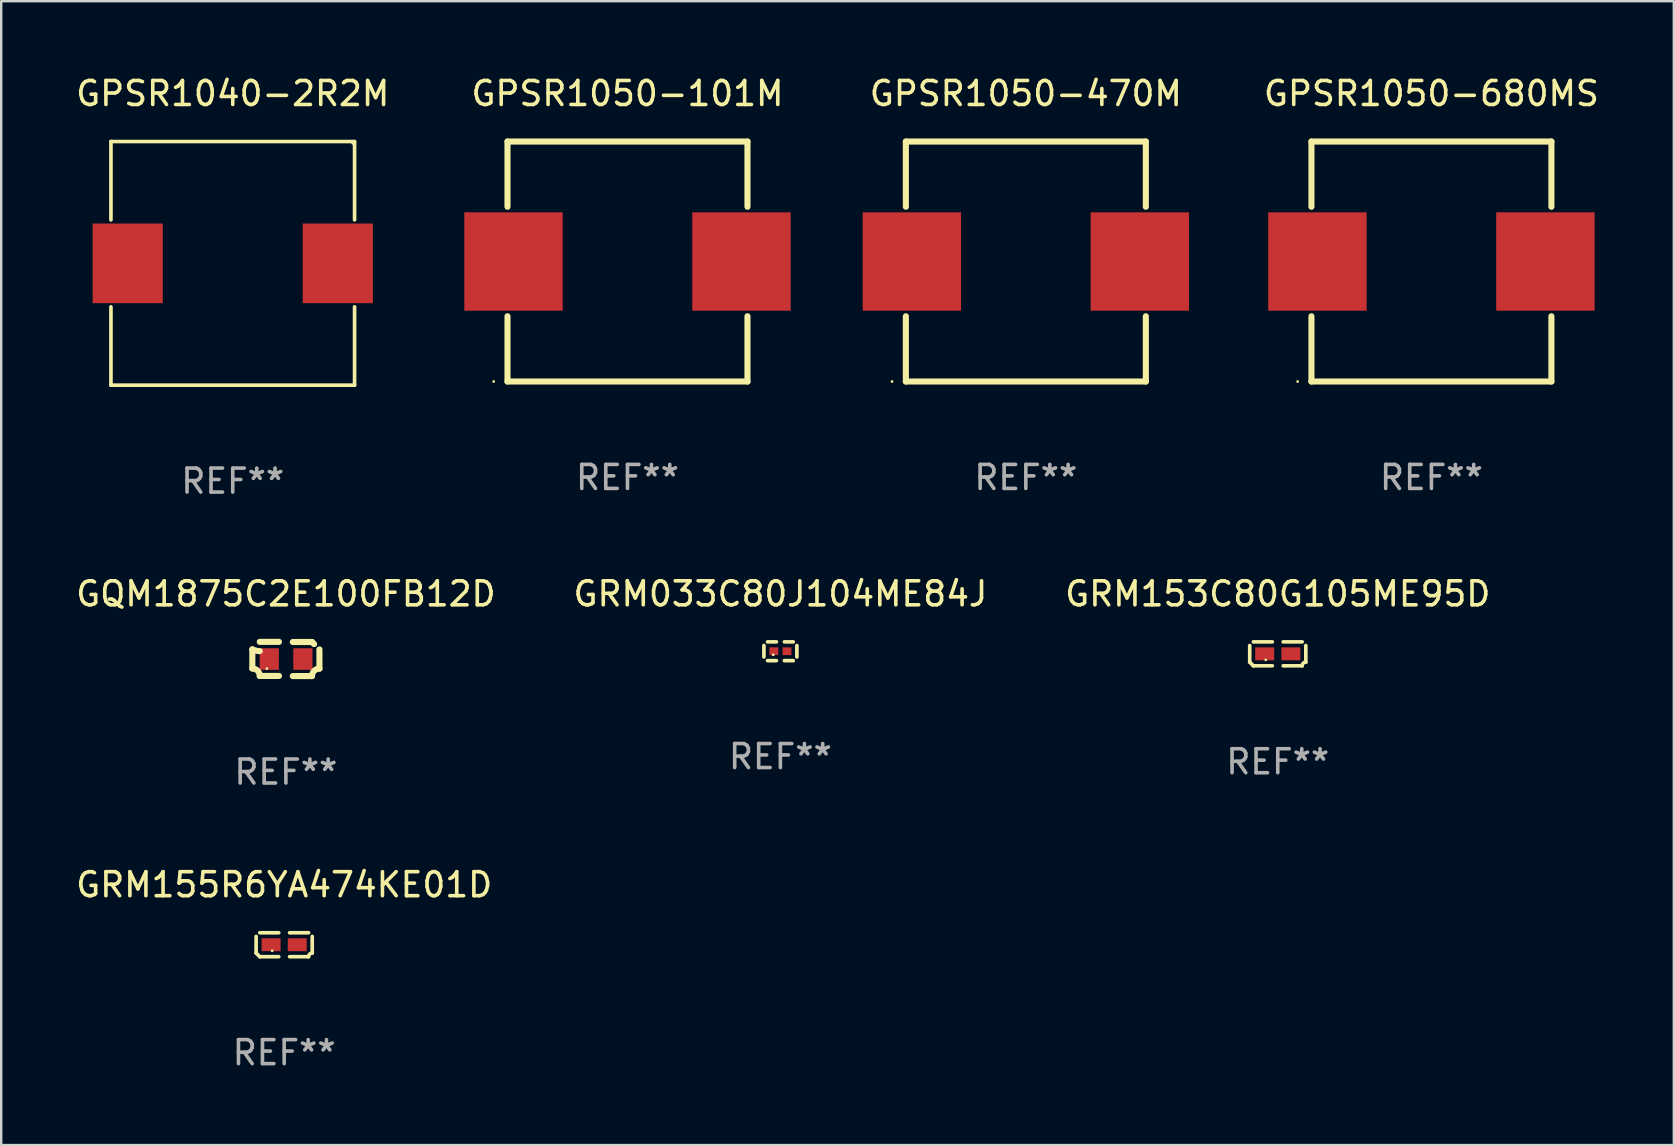
<source format=kicad_pcb>
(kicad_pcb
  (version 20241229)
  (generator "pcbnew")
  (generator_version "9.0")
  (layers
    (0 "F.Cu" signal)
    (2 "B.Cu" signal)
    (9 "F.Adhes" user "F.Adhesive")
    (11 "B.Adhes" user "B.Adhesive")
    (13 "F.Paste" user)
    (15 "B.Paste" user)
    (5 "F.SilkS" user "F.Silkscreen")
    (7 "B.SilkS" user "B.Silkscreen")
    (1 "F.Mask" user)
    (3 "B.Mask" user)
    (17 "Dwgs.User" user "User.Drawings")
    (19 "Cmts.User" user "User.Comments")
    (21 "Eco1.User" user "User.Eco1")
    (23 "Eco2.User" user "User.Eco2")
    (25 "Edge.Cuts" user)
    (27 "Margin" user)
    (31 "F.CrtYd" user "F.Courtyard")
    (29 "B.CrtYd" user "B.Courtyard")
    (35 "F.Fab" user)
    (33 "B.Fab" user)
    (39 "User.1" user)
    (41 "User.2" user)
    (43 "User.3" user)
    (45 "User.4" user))
  (footprint "GRM153C80G105ME95D"
    (layer "F.Cu")
    (at 50.196 24.196)
    (property "Reference" "GRM153C80G105ME95D" (at 0 -2.499 0) (layer "F.SilkS") (effects (font (size 1 1) (thickness 0.15))))
    (attr through_hole)
    (fp_line (start -1.169 0.346) (end -1.169 -0.346) (stroke (width 0.152) (type solid)) (layer "F.SilkS"))
    (fp_line (start -1.016 -0.499) (end -0.226 -0.499) (stroke (width 0.152) (type solid)) (layer "F.SilkS"))
    (fp_line (start -0.226 0.499) (end -1.016 0.499) (stroke (width 0.152) (type solid)) (layer "F.SilkS"))
    (fp_line (start 0.226 0.499) (end 1.016 0.499) (stroke (width 0.152) (type solid)) (layer "F.SilkS"))
    (fp_line (start 1.016 -0.499) (end 0.226 -0.499) (stroke (width 0.152) (type solid)) (layer "F.SilkS"))
    (fp_line (start 1.169 0.346) (end 1.169 -0.346) (stroke (width 0.152) (type solid)) (layer "F.SilkS"))
    (fp_arc (start -1.016307 0.498603) (mid -1.092512 0.422405) (end -1.16871 0.3462) (stroke (width 0.1524) (type solid)) (layer "F.SilkS"))
    (fp_arc (start 1.016307 0.498603) (mid 1.060899 0.390758) (end 1.168707 0.346076) (stroke (width 0.1524) (type solid)) (layer "F.SilkS"))
    (fp_circle (center -0.5 0.25) (end -0.47 0.25) (stroke (width 0.06) (type solid)) (fill no) (layer "F.SilkS"))
    (fp_text user "REF**" (at 0 4.499 0) (layer "F.Fab") (effects (font (size 1 1) (thickness 0.15))))
    (pad "1" smd rect (at -0.545 0) (size 0.79 0.54) (layers "F.Cu" "F.Mask" "F.Paste"))
    (pad "2" smd rect (at 0.545 0) (size 0.79 0.54) (layers "F.Cu" "F.Mask" "F.Paste")))
  (footprint "GRM155R6YA474KE01D"
    (layer "F.Cu")
    (at 8.792 36.318)
    (property "Reference" "GRM155R6YA474KE01D" (at 0 -2.499 0) (layer "F.SilkS") (effects (font (size 1 1) (thickness 0.15))))
    (attr through_hole)
    (fp_line (start -1.169 0.346) (end -1.169 -0.346) (stroke (width 0.152) (type solid)) (layer "F.SilkS"))
    (fp_line (start -1.016 -0.499) (end -0.226 -0.499) (stroke (width 0.152) (type solid)) (layer "F.SilkS"))
    (fp_line (start -0.226 0.499) (end -1.016 0.499) (stroke (width 0.152) (type solid)) (layer "F.SilkS"))
    (fp_line (start 0.226 0.499) (end 1.016 0.499) (stroke (width 0.152) (type solid)) (layer "F.SilkS"))
    (fp_line (start 1.016 -0.499) (end 0.226 -0.499) (stroke (width 0.152) (type solid)) (layer "F.SilkS"))
    (fp_line (start 1.169 0.346) (end 1.169 -0.346) (stroke (width 0.152) (type solid)) (layer "F.SilkS"))
    (fp_arc (start -1.016307 0.498603) (mid -1.092512 0.422405) (end -1.16871 0.3462) (stroke (width 0.1524) (type solid)) (layer "F.SilkS"))
    (fp_arc (start 1.016307 0.498603) (mid 1.060899 0.390758) (end 1.168707 0.346076) (stroke (width 0.1524) (type solid)) (layer "F.SilkS"))
    (fp_circle (center -0.5 0.25) (end -0.47 0.25) (stroke (width 0.06) (type solid)) (fill no) (layer "F.SilkS"))
    (fp_text user "REF**" (at 0 4.499 0) (layer "F.Fab") (effects (font (size 1 1) (thickness 0.15))))
    (pad "1" smd rect (at -0.545 0) (size 0.79 0.54) (layers "F.Cu" "F.Mask" "F.Paste"))
    (pad "2" smd rect (at 0.545 0) (size 0.79 0.54) (layers "F.Cu" "F.Mask" "F.Paste")))
  (footprint "GPSR1050-470M"
    (layer "F.Cu")
    (at 39.698 7.848)
    (property "Reference" "GPSR1050-470M" (at 0 -7 0) (layer "F.SilkS") (effects (font (size 1 1) (thickness 0.15))))
    (attr through_hole)
    (fp_line (start -5 -5) (end -5 -2.281) (stroke (width 0.254) (type solid)) (layer "F.SilkS"))
    (fp_line (start -5 -5) (end 5 -5) (stroke (width 0.254) (type solid)) (layer "F.SilkS"))
    (fp_line (start -5 2.281) (end -5 5) (stroke (width 0.254) (type solid)) (layer "F.SilkS"))
    (fp_line (start 5 -5) (end 5 -2.281) (stroke (width 0.254) (type solid)) (layer "F.SilkS"))
    (fp_line (start 5 2.281) (end 5 5) (stroke (width 0.254) (type solid)) (layer "F.SilkS"))
    (fp_line (start 5 5) (end -5 5) (stroke (width 0.254) (type solid)) (layer "F.SilkS"))
    (fp_circle (center -5.575 5) (end -5.545 5) (stroke (width 0.06) (type solid)) (fill no) (layer "F.SilkS"))
    (fp_text user "REF**" (at 0 9 0) (layer "F.Fab") (effects (font (size 1 1) (thickness 0.15))))
    (pad "1" smd rect (at -4.75 0) (size 4.1 4.1) (layers "F.Cu" "F.Mask" "F.Paste"))
    (pad "2" smd rect (at 4.75 0) (size 4.1 4.1) (layers "F.Cu" "F.Mask" "F.Paste")))
  (footprint "GPSR1050-101M"
    (layer "F.Cu")
    (at 23.098 7.848)
    (property "Reference" "GPSR1050-101M" (at 0 -7 0) (layer "F.SilkS") (effects (font (size 1 1) (thickness 0.15))))
    (attr through_hole)
    (fp_line (start -5 -5) (end -5 -2.281) (stroke (width 0.254) (type solid)) (layer "F.SilkS"))
    (fp_line (start -5 -5) (end 5 -5) (stroke (width 0.254) (type solid)) (layer "F.SilkS"))
    (fp_line (start -5 2.281) (end -5 5) (stroke (width 0.254) (type solid)) (layer "F.SilkS"))
    (fp_line (start 5 -5) (end 5 -2.281) (stroke (width 0.254) (type solid)) (layer "F.SilkS"))
    (fp_line (start 5 2.281) (end 5 5) (stroke (width 0.254) (type solid)) (layer "F.SilkS"))
    (fp_line (start 5 5) (end -5 5) (stroke (width 0.254) (type solid)) (layer "F.SilkS"))
    (fp_circle (center -5.575 5) (end -5.545 5) (stroke (width 0.06) (type solid)) (fill no) (layer "F.SilkS"))
    (fp_text user "REF**" (at 0 9 0) (layer "F.Fab") (effects (font (size 1 1) (thickness 0.15))))
    (pad "1" smd rect (at -4.75 0) (size 4.1 4.1) (layers "F.Cu" "F.Mask" "F.Paste"))
    (pad "2" smd rect (at 4.75 0) (size 4.1 4.1) (layers "F.Cu" "F.Mask" "F.Paste")))
  (footprint "GQM1875C2E100FB12D"
    (layer "F.Cu")
    (at 8.863 24.41)
    (property "Reference" "GQM1875C2E100FB12D" (at 0 -2.713 0) (layer "F.SilkS") (effects (font (size 1 1) (thickness 0.15))))
    (attr through_hole)
    (fp_line (start -1.398 -0.403) (end -1.398 0.397) (stroke (width 0.254) (type solid)) (layer "F.SilkS"))
    (fp_line (start -0.288 -0.713) (end -1.088 -0.713) (stroke (width 0.254) (type solid)) (layer "F.SilkS"))
    (fp_line (start -0.288 0.707) (end -1.088 0.707) (stroke (width 0.254) (type solid)) (layer "F.SilkS"))
    (fp_line (start 0.288 -0.707) (end 1.088 -0.707) (stroke (width 0.254) (type solid)) (layer "F.SilkS"))
    (fp_line (start 0.288 0.713) (end 1.088 0.713) (stroke (width 0.254) (type solid)) (layer "F.SilkS"))
    (fp_line (start 1.398 -0.397) (end 1.398 0.403) (stroke (width 0.254) (type solid)) (layer "F.SilkS"))
    (fp_arc (start -1.397789 0.397066) (mid -1.178701 0.487826) (end -1.08796 0.706922) (stroke (width 0.254001) (type solid)) (layer "F.SilkS"))
    (fp_arc (start -1.08796 -0.327176) (mid -1.247436 -0.346384) (end -1.39779 -0.402908) (stroke (width 0.254001) (type solid)) (layer "F.SilkS"))
    (fp_arc (start 1.087909 0.712738) (mid 1.178656 0.493655) (end 1.397739 0.402908) (stroke (width 0.254001) (type solid)) (layer "F.SilkS"))
    (fp_arc (start 1.175925 -0.618926) (mid 1.131917 -0.662923) (end 1.08791 -0.706922) (stroke (width 0.254001) (type solid)) (layer "F.SilkS"))
    (fp_circle (center -0.792 0.403) (end -0.762 0.403) (stroke (width 0.06) (type solid)) (fill no) (layer "F.SilkS"))
    (fp_text user "REF**" (at 0 4.713 0) (layer "F.Fab") (effects (font (size 1 1) (thickness 0.15))))
    (pad "1" smd rect (at -0.692 0.003) (size 0.8 0.9) (layers "F.Cu" "F.Mask" "F.Paste"))
    (pad "2" smd rect (at 0.708 0.003) (size 0.8 0.9) (layers "F.Cu" "F.Mask" "F.Paste")))
  (footprint "GRM033C80J104ME84J"
    (layer "F.Cu")
    (at 29.47 24.088)
    (property "Reference" "GRM033C80J104ME84J" (at 0 -2.391 0) (layer "F.SilkS") (effects (font (size 1 1) (thickness 0.15))))
    (attr through_hole)
    (fp_line (start -0.687 0.238) (end -0.687 -0.238) (stroke (width 0.152) (type solid)) (layer "F.SilkS"))
    (fp_line (start -0.535 -0.391) (end -0.166 -0.391) (stroke (width 0.152) (type solid)) (layer "F.SilkS"))
    (fp_line (start -0.166 0.391) (end -0.535 0.391) (stroke (width 0.152) (type solid)) (layer "F.SilkS"))
    (fp_line (start 0.166 0.391) (end 0.535 0.391) (stroke (width 0.152) (type solid)) (layer "F.SilkS"))
    (fp_line (start 0.535 -0.391) (end 0.166 -0.391) (stroke (width 0.152) (type solid)) (layer "F.SilkS"))
    (fp_line (start 0.687 0.238) (end 0.687 -0.238) (stroke (width 0.152) (type solid)) (layer "F.SilkS"))
    (fp_circle (center -0.3 0.15) (end -0.27 0.15) (stroke (width 0.06) (type solid)) (fill no) (layer "F.SilkS"))
    (fp_text user "REF**" (at 0 4.391 0) (layer "F.Fab") (effects (font (size 1 1) (thickness 0.15))))
    (pad "1" smd rect (at -0.274 0) (size 0.368 0.324) (layers "F.Cu" "F.Mask" "F.Paste"))
    (pad "2" smd rect (at 0.274 0) (size 0.368 0.324) (layers "F.Cu" "F.Mask" "F.Paste")))
  (footprint "GPSR1040-2R2M"
    (layer "F.Cu")
    (at 6.649 7.924)
    (property "Reference" "GPSR1040-2R2M" (at 0 -7.076 0) (layer "F.SilkS") (effects (font (size 1 1) (thickness 0.15))))
    (attr through_hole)
    (fp_line (start -5.076 -5.076) (end 5.076 -5.076) (stroke (width 0.152) (type solid)) (layer "F.SilkS"))
    (fp_line (start -5.076 -1.812) (end -5.076 -5.076) (stroke (width 0.152) (type solid)) (layer "F.SilkS"))
    (fp_line (start -5.076 1.812) (end -5.076 5.076) (stroke (width 0.152) (type solid)) (layer "F.SilkS"))
    (fp_line (start -5.076 5.076) (end 5.076 5.076) (stroke (width 0.152) (type solid)) (layer "F.SilkS"))
    (fp_line (start 5.076 -5.076) (end 5.076 -1.812) (stroke (width 0.152) (type solid)) (layer "F.SilkS"))
    (fp_line (start 5.076 5.076) (end 5.076 1.812) (stroke (width 0.152) (type solid)) (layer "F.SilkS"))
    (fp_circle (center 5 -5) (end 5.03 -5) (stroke (width 0.06) (type solid)) (fill no) (layer "F.SilkS"))
    (fp_text user "REF**" (at 0 9.076 0) (layer "F.Fab") (effects (font (size 1 1) (thickness 0.15))))
    (pad "1" smd rect (at 4.378 0) (size 2.924 3.32) (layers "F.Cu" "F.Mask" "F.Paste"))
    (pad "2" smd rect (at -4.378 0) (size 2.924 3.32) (layers "F.Cu" "F.Mask" "F.Paste")))
  (footprint "GPSR1050-680MS"
    (layer "F.Cu")
    (at 56.599 7.848)
    (property "Reference" "GPSR1050-680MS" (at 0 -7 0) (layer "F.SilkS") (effects (font (size 1 1) (thickness 0.15))))
    (attr through_hole)
    (fp_line (start -5 -5) (end -5 -2.281) (stroke (width 0.254) (type solid)) (layer "F.SilkS"))
    (fp_line (start -5 -5) (end 5 -5) (stroke (width 0.254) (type solid)) (layer "F.SilkS"))
    (fp_line (start -5 2.281) (end -5 5) (stroke (width 0.254) (type solid)) (layer "F.SilkS"))
    (fp_line (start 5 -5) (end 5 -2.281) (stroke (width 0.254) (type solid)) (layer "F.SilkS"))
    (fp_line (start 5 2.281) (end 5 5) (stroke (width 0.254) (type solid)) (layer "F.SilkS"))
    (fp_line (start 5 5) (end -5 5) (stroke (width 0.254) (type solid)) (layer "F.SilkS"))
    (fp_circle (center -5.575 5) (end -5.545 5) (stroke (width 0.06) (type solid)) (fill no) (layer "F.SilkS"))
    (fp_text user "REF**" (at 0 9 0) (layer "F.Fab") (effects (font (size 1 1) (thickness 0.15))))
    (pad "1" smd rect (at -4.75 0) (size 4.1 4.1) (layers "F.Cu" "F.Mask" "F.Paste"))
    (pad "2" smd rect (at 4.75 0) (size 4.1 4.1) (layers "F.Cu" "F.Mask" "F.Paste")))
  (gr_rect
    (start -3 -3)
    (end 66.7 44.665)
    (stroke (width 0.1) (type default))
    (fill no)
    (layer "Edge.Cuts")))
</source>
